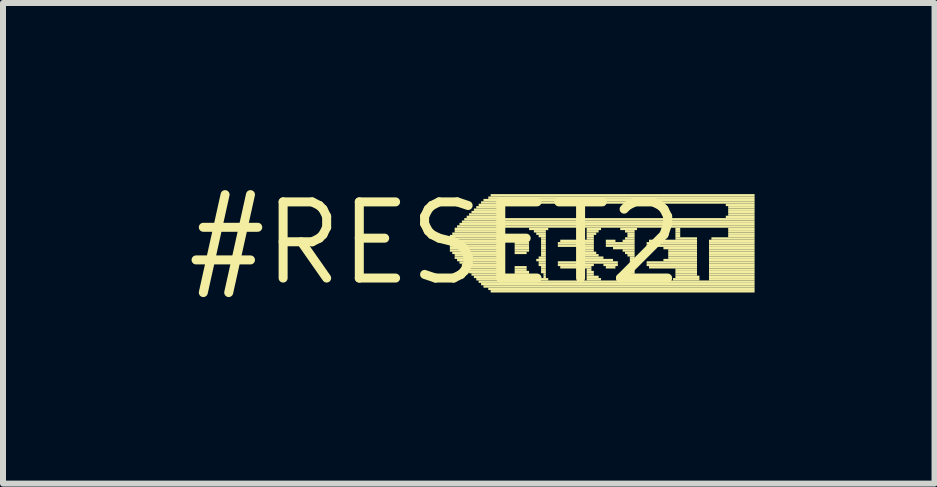
<source format=kicad_pcb>
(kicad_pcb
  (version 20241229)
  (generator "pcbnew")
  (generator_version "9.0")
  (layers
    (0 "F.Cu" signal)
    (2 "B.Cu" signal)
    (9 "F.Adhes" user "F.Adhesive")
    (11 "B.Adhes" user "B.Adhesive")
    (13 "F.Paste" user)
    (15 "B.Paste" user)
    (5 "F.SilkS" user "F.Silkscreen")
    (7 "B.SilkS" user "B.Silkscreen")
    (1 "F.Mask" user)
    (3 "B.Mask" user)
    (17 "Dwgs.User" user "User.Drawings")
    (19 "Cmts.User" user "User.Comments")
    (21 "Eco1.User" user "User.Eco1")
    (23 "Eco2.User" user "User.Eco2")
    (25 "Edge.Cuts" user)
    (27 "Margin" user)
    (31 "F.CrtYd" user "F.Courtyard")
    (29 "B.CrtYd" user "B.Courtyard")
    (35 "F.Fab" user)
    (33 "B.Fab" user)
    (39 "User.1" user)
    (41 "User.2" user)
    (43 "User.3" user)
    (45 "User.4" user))
  (footprint "#RESET2"
    (layer "F.Cu")
    (at 4.21 1.006)
    (property "Reference" "#RESET2" (at 0 0 0) (layer "F.SilkS") (effects (font (size 1.27 1.27) (thickness 0.15))))
    (attr through_hole)
    (fp_poly (pts (xy 0.24 -0.1) (xy 1.12 -0.1) (xy 1.12 -0.14) (xy 0.24 -0.14)) (stroke (width 0) (type solid)) (fill yes) (layer "F.SilkS"))
    (fp_poly (pts (xy 0.24 -0.06) (xy 1.12 -0.06) (xy 1.12 -0.1) (xy 0.24 -0.1)) (stroke (width 0) (type solid)) (fill yes) (layer "F.SilkS"))
    (fp_poly (pts (xy 0.24 -0.02) (xy 1.12 -0.02) (xy 1.12 -0.06) (xy 0.24 -0.06)) (stroke (width 0) (type solid)) (fill yes) (layer "F.SilkS"))
    (fp_poly (pts (xy 0.24 0.02) (xy 1.12 0.02) (xy 1.12 -0.02) (xy 0.24 -0.02)) (stroke (width 0) (type solid)) (fill yes) (layer "F.SilkS"))
    (fp_poly (pts (xy 0.24 0.06) (xy 1.12 0.06) (xy 1.12 0.02) (xy 0.24 0.02)) (stroke (width 0) (type solid)) (fill yes) (layer "F.SilkS"))
    (fp_poly (pts (xy 0.24 0.1) (xy 1.12 0.1) (xy 1.12 0.06) (xy 0.24 0.06)) (stroke (width 0) (type solid)) (fill yes) (layer "F.SilkS"))
    (fp_poly (pts (xy 0.24 0.14) (xy 1.12 0.14) (xy 1.12 0.1) (xy 0.24 0.1)) (stroke (width 0) (type solid)) (fill yes) (layer "F.SilkS"))
    (fp_poly (pts (xy 0.28 -0.14) (xy 1.12 -0.14) (xy 1.12 -0.18) (xy 0.28 -0.18)) (stroke (width 0) (type solid)) (fill yes) (layer "F.SilkS"))
    (fp_poly (pts (xy 0.28 0.18) (xy 1.12 0.18) (xy 1.12 0.14) (xy 0.28 0.14)) (stroke (width 0) (type solid)) (fill yes) (layer "F.SilkS"))
    (fp_poly (pts (xy 0.32 -0.22) (xy 1.12 -0.22) (xy 1.12 -0.26) (xy 0.32 -0.26)) (stroke (width 0) (type solid)) (fill yes) (layer "F.SilkS"))
    (fp_poly (pts (xy 0.32 -0.18) (xy 1.12 -0.18) (xy 1.12 -0.22) (xy 0.32 -0.22)) (stroke (width 0) (type solid)) (fill yes) (layer "F.SilkS"))
    (fp_poly (pts (xy 0.32 0.22) (xy 1.12 0.22) (xy 1.12 0.18) (xy 0.32 0.18)) (stroke (width 0) (type solid)) (fill yes) (layer "F.SilkS"))
    (fp_poly (pts (xy 0.32 0.26) (xy 1.12 0.26) (xy 1.12 0.22) (xy 0.32 0.22)) (stroke (width 0) (type solid)) (fill yes) (layer "F.SilkS"))
    (fp_poly (pts (xy 0.36 -0.26) (xy 5.32 -0.26) (xy 5.32 -0.3) (xy 0.36 -0.3)) (stroke (width 0) (type solid)) (fill yes) (layer "F.SilkS"))
    (fp_poly (pts (xy 0.36 0.3) (xy 1.12 0.3) (xy 1.12 0.26) (xy 0.36 0.26)) (stroke (width 0) (type solid)) (fill yes) (layer "F.SilkS"))
    (fp_poly (pts (xy 0.4 -0.3) (xy 5.32 -0.3) (xy 5.32 -0.34) (xy 0.4 -0.34)) (stroke (width 0) (type solid)) (fill yes) (layer "F.SilkS"))
    (fp_poly (pts (xy 0.4 0.34) (xy 1.12 0.34) (xy 1.12 0.3) (xy 0.4 0.3)) (stroke (width 0) (type solid)) (fill yes) (layer "F.SilkS"))
    (fp_poly (pts (xy 0.44 -0.34) (xy 5.32 -0.34) (xy 5.32 -0.38) (xy 0.44 -0.38)) (stroke (width 0) (type solid)) (fill yes) (layer "F.SilkS"))
    (fp_poly (pts (xy 0.44 0.38) (xy 1.12 0.38) (xy 1.12 0.34) (xy 0.44 0.34)) (stroke (width 0) (type solid)) (fill yes) (layer "F.SilkS"))
    (fp_poly (pts (xy 0.48 -0.38) (xy 5.32 -0.38) (xy 5.32 -0.42) (xy 0.48 -0.42)) (stroke (width 0) (type solid)) (fill yes) (layer "F.SilkS"))
    (fp_poly (pts (xy 0.48 0.42) (xy 1.12 0.42) (xy 1.12 0.38) (xy 0.48 0.38)) (stroke (width 0) (type solid)) (fill yes) (layer "F.SilkS"))
    (fp_poly (pts (xy 0.52 -0.42) (xy 1.08 -0.42) (xy 1.08 -0.46) (xy 0.52 -0.46)) (stroke (width 0) (type solid)) (fill yes) (layer "F.SilkS"))
    (fp_poly (pts (xy 0.52 0.46) (xy 1.12 0.46) (xy 1.12 0.42) (xy 0.52 0.42)) (stroke (width 0) (type solid)) (fill yes) (layer "F.SilkS"))
    (fp_poly (pts (xy 0.56 -0.46) (xy 1.04 -0.46) (xy 1.04 -0.5) (xy 0.56 -0.5)) (stroke (width 0) (type solid)) (fill yes) (layer "F.SilkS"))
    (fp_poly (pts (xy 0.56 0.5) (xy 1.12 0.5) (xy 1.12 0.46) (xy 0.56 0.46)) (stroke (width 0) (type solid)) (fill yes) (layer "F.SilkS"))
    (fp_poly (pts (xy 0.6 -0.5) (xy 1.04 -0.5) (xy 1.04 -0.54) (xy 0.6 -0.54)) (stroke (width 0) (type solid)) (fill yes) (layer "F.SilkS"))
    (fp_poly (pts (xy 0.6 0.54) (xy 1.12 0.54) (xy 1.12 0.5) (xy 0.6 0.5)) (stroke (width 0) (type solid)) (fill yes) (layer "F.SilkS"))
    (fp_poly (pts (xy 0.64 -0.54) (xy 1.04 -0.54) (xy 1.04 -0.58) (xy 0.64 -0.58)) (stroke (width 0) (type solid)) (fill yes) (layer "F.SilkS"))
    (fp_poly (pts (xy 0.64 0.58) (xy 1.12 0.58) (xy 1.12 0.54) (xy 0.64 0.54)) (stroke (width 0) (type solid)) (fill yes) (layer "F.SilkS"))
    (fp_poly (pts (xy 0.68 -0.58) (xy 1.04 -0.58) (xy 1.04 -0.62) (xy 0.68 -0.62)) (stroke (width 0) (type solid)) (fill yes) (layer "F.SilkS"))
    (fp_poly (pts (xy 0.68 0.62) (xy 1.12 0.62) (xy 1.12 0.58) (xy 0.68 0.58)) (stroke (width 0) (type solid)) (fill yes) (layer "F.SilkS"))
    (fp_poly (pts (xy 0.72 -0.62) (xy 1.08 -0.62) (xy 1.08 -0.66) (xy 0.72 -0.66)) (stroke (width 0) (type solid)) (fill yes) (layer "F.SilkS"))
    (fp_poly (pts (xy 0.72 0.66) (xy 5.32 0.66) (xy 5.32 0.62) (xy 0.72 0.62)) (stroke (width 0) (type solid)) (fill yes) (layer "F.SilkS"))
    (fp_poly (pts (xy 0.76 -0.66) (xy 5.32 -0.66) (xy 5.32 -0.7) (xy 0.76 -0.7)) (stroke (width 0) (type solid)) (fill yes) (layer "F.SilkS"))
    (fp_poly (pts (xy 0.76 0.7) (xy 5.32 0.7) (xy 5.32 0.66) (xy 0.76 0.66)) (stroke (width 0) (type solid)) (fill yes) (layer "F.SilkS"))
    (fp_poly (pts (xy 0.8 -0.7) (xy 5.32 -0.7) (xy 5.32 -0.74) (xy 0.8 -0.74)) (stroke (width 0) (type solid)) (fill yes) (layer "F.SilkS"))
    (fp_poly (pts (xy 0.8 0.74) (xy 5.32 0.74) (xy 5.32 0.7) (xy 0.8 0.7)) (stroke (width 0) (type solid)) (fill yes) (layer "F.SilkS"))
    (fp_poly (pts (xy 0.88 -0.74) (xy 5.32 -0.74) (xy 5.32 -0.78) (xy 0.88 -0.78)) (stroke (width 0) (type solid)) (fill yes) (layer "F.SilkS"))
    (fp_poly (pts (xy 0.88 0.78) (xy 5.32 0.78) (xy 5.32 0.74) (xy 0.88 0.74)) (stroke (width 0) (type solid)) (fill yes) (layer "F.SilkS"))
    (fp_poly (pts (xy 0.92 -0.78) (xy 5.32 -0.78) (xy 5.32 -0.82) (xy 0.92 -0.82)) (stroke (width 0) (type solid)) (fill yes) (layer "F.SilkS"))
    (fp_poly (pts (xy 0.92 0.82) (xy 5.32 0.82) (xy 5.32 0.78) (xy 0.92 0.78)) (stroke (width 0) (type solid)) (fill yes) (layer "F.SilkS"))
    (fp_poly (pts (xy 1.28 0.62) (xy 1.6 0.62) (xy 1.6 0.58) (xy 1.28 0.58)) (stroke (width 0) (type solid)) (fill yes) (layer "F.SilkS"))
    (fp_poly (pts (xy 1.32 -0.02) (xy 1.52 -0.02) (xy 1.52 -0.06) (xy 1.32 -0.06)) (stroke (width 0) (type solid)) (fill yes) (layer "F.SilkS"))
    (fp_poly (pts (xy 1.32 0.02) (xy 1.56 0.02) (xy 1.56 -0.02) (xy 1.32 -0.02)) (stroke (width 0) (type solid)) (fill yes) (layer "F.SilkS"))
    (fp_poly (pts (xy 1.32 0.06) (xy 1.56 0.06) (xy 1.56 0.02) (xy 1.32 0.02)) (stroke (width 0) (type solid)) (fill yes) (layer "F.SilkS"))
    (fp_poly (pts (xy 1.32 0.1) (xy 1.56 0.1) (xy 1.56 0.06) (xy 1.32 0.06)) (stroke (width 0) (type solid)) (fill yes) (layer "F.SilkS"))
    (fp_poly (pts (xy 1.32 0.14) (xy 1.56 0.14) (xy 1.56 0.1) (xy 1.32 0.1)) (stroke (width 0) (type solid)) (fill yes) (layer "F.SilkS"))
    (fp_poly (pts (xy 1.32 0.18) (xy 1.52 0.18) (xy 1.52 0.14) (xy 1.32 0.14)) (stroke (width 0) (type solid)) (fill yes) (layer "F.SilkS"))
    (fp_poly (pts (xy 1.32 0.42) (xy 1.52 0.42) (xy 1.52 0.38) (xy 1.32 0.38)) (stroke (width 0) (type solid)) (fill yes) (layer "F.SilkS"))
    (fp_poly (pts (xy 1.32 0.46) (xy 1.52 0.46) (xy 1.52 0.42) (xy 1.32 0.42)) (stroke (width 0) (type solid)) (fill yes) (layer "F.SilkS"))
    (fp_poly (pts (xy 1.32 0.5) (xy 1.56 0.5) (xy 1.56 0.46) (xy 1.32 0.46)) (stroke (width 0) (type solid)) (fill yes) (layer "F.SilkS"))
    (fp_poly (pts (xy 1.32 0.54) (xy 1.56 0.54) (xy 1.56 0.5) (xy 1.32 0.5)) (stroke (width 0) (type solid)) (fill yes) (layer "F.SilkS"))
    (fp_poly (pts (xy 1.32 0.58) (xy 1.6 0.58) (xy 1.6 0.54) (xy 1.32 0.54)) (stroke (width 0) (type solid)) (fill yes) (layer "F.SilkS"))
    (fp_poly (pts (xy 1.56 -0.22) (xy 1.88 -0.22) (xy 1.88 -0.26) (xy 1.56 -0.26)) (stroke (width 0) (type solid)) (fill yes) (layer "F.SilkS"))
    (fp_poly (pts (xy 1.64 -0.18) (xy 1.84 -0.18) (xy 1.84 -0.22) (xy 1.64 -0.22)) (stroke (width 0) (type solid)) (fill yes) (layer "F.SilkS"))
    (fp_poly (pts (xy 1.68 -0.14) (xy 1.84 -0.14) (xy 1.84 -0.18) (xy 1.68 -0.18)) (stroke (width 0) (type solid)) (fill yes) (layer "F.SilkS"))
    (fp_poly (pts (xy 1.68 0.3) (xy 1.84 0.3) (xy 1.84 0.26) (xy 1.68 0.26)) (stroke (width 0) (type solid)) (fill yes) (layer "F.SilkS"))
    (fp_poly (pts (xy 1.72 -0.1) (xy 1.84 -0.1) (xy 1.84 -0.14) (xy 1.72 -0.14)) (stroke (width 0) (type solid)) (fill yes) (layer "F.SilkS"))
    (fp_poly (pts (xy 1.72 0.26) (xy 1.84 0.26) (xy 1.84 0.22) (xy 1.72 0.22)) (stroke (width 0) (type solid)) (fill yes) (layer "F.SilkS"))
    (fp_poly (pts (xy 1.72 0.34) (xy 1.84 0.34) (xy 1.84 0.3) (xy 1.72 0.3)) (stroke (width 0) (type solid)) (fill yes) (layer "F.SilkS"))
    (fp_poly (pts (xy 1.72 0.38) (xy 1.84 0.38) (xy 1.84 0.34) (xy 1.72 0.34)) (stroke (width 0) (type solid)) (fill yes) (layer "F.SilkS"))
    (fp_poly (pts (xy 1.72 0.62) (xy 1.88 0.62) (xy 1.88 0.58) (xy 1.72 0.58)) (stroke (width 0) (type solid)) (fill yes) (layer "F.SilkS"))
    (fp_poly (pts (xy 1.76 -0.06) (xy 1.84 -0.06) (xy 1.84 -0.1) (xy 1.76 -0.1)) (stroke (width 0) (type solid)) (fill yes) (layer "F.SilkS"))
    (fp_poly (pts (xy 1.76 -0.02) (xy 1.84 -0.02) (xy 1.84 -0.06) (xy 1.76 -0.06)) (stroke (width 0) (type solid)) (fill yes) (layer "F.SilkS"))
    (fp_poly (pts (xy 1.76 0.02) (xy 1.84 0.02) (xy 1.84 -0.02) (xy 1.76 -0.02)) (stroke (width 0) (type solid)) (fill yes) (layer "F.SilkS"))
    (fp_poly (pts (xy 1.76 0.06) (xy 1.84 0.06) (xy 1.84 0.02) (xy 1.76 0.02)) (stroke (width 0) (type solid)) (fill yes) (layer "F.SilkS"))
    (fp_poly (pts (xy 1.76 0.1) (xy 1.84 0.1) (xy 1.84 0.06) (xy 1.76 0.06)) (stroke (width 0) (type solid)) (fill yes) (layer "F.SilkS"))
    (fp_poly (pts (xy 1.76 0.14) (xy 1.84 0.14) (xy 1.84 0.1) (xy 1.76 0.1)) (stroke (width 0) (type solid)) (fill yes) (layer "F.SilkS"))
    (fp_poly (pts (xy 1.76 0.18) (xy 1.84 0.18) (xy 1.84 0.14) (xy 1.76 0.14)) (stroke (width 0) (type solid)) (fill yes) (layer "F.SilkS"))
    (fp_poly (pts (xy 1.76 0.22) (xy 1.84 0.22) (xy 1.84 0.18) (xy 1.76 0.18)) (stroke (width 0) (type solid)) (fill yes) (layer "F.SilkS"))
    (fp_poly (pts (xy 1.76 0.42) (xy 1.84 0.42) (xy 1.84 0.38) (xy 1.76 0.38)) (stroke (width 0) (type solid)) (fill yes) (layer "F.SilkS"))
    (fp_poly (pts (xy 1.76 0.46) (xy 1.84 0.46) (xy 1.84 0.42) (xy 1.76 0.42)) (stroke (width 0) (type solid)) (fill yes) (layer "F.SilkS"))
    (fp_poly (pts (xy 1.76 0.5) (xy 1.84 0.5) (xy 1.84 0.46) (xy 1.76 0.46)) (stroke (width 0) (type solid)) (fill yes) (layer "F.SilkS"))
    (fp_poly (pts (xy 1.8 0.54) (xy 1.84 0.54) (xy 1.84 0.5) (xy 1.8 0.5)) (stroke (width 0) (type solid)) (fill yes) (layer "F.SilkS"))
    (fp_poly (pts (xy 1.8 0.58) (xy 1.84 0.58) (xy 1.84 0.54) (xy 1.8 0.54)) (stroke (width 0) (type solid)) (fill yes) (layer "F.SilkS"))
    (fp_poly (pts (xy 2.04 0.02) (xy 2.64 0.02) (xy 2.64 -0.02) (xy 2.04 -0.02)) (stroke (width 0) (type solid)) (fill yes) (layer "F.SilkS"))
    (fp_poly (pts (xy 2.04 0.06) (xy 2.64 0.06) (xy 2.64 0.02) (xy 2.04 0.02)) (stroke (width 0) (type solid)) (fill yes) (layer "F.SilkS"))
    (fp_poly (pts (xy 2.04 0.34) (xy 3.04 0.34) (xy 3.04 0.3) (xy 2.04 0.3)) (stroke (width 0) (type solid)) (fill yes) (layer "F.SilkS"))
    (fp_poly (pts (xy 2.04 0.38) (xy 2.64 0.38) (xy 2.64 0.34) (xy 2.04 0.34)) (stroke (width 0) (type solid)) (fill yes) (layer "F.SilkS"))
    (fp_poly (pts (xy 2.08 -0.02) (xy 2.64 -0.02) (xy 2.64 -0.06) (xy 2.08 -0.06)) (stroke (width 0) (type solid)) (fill yes) (layer "F.SilkS"))
    (fp_poly (pts (xy 2.08 0.42) (xy 2.6 0.42) (xy 2.6 0.38) (xy 2.08 0.38)) (stroke (width 0) (type solid)) (fill yes) (layer "F.SilkS"))
    (fp_poly (pts (xy 2.36 0.1) (xy 2.64 0.1) (xy 2.64 0.06) (xy 2.36 0.06)) (stroke (width 0) (type solid)) (fill yes) (layer "F.SilkS"))
    (fp_poly (pts (xy 2.36 0.3) (xy 2.96 0.3) (xy 2.96 0.26) (xy 2.36 0.26)) (stroke (width 0) (type solid)) (fill yes) (layer "F.SilkS"))
    (fp_poly (pts (xy 2.4 0.14) (xy 2.64 0.14) (xy 2.64 0.1) (xy 2.4 0.1)) (stroke (width 0) (type solid)) (fill yes) (layer "F.SilkS"))
    (fp_poly (pts (xy 2.4 0.18) (xy 2.68 0.18) (xy 2.68 0.14) (xy 2.4 0.14)) (stroke (width 0) (type solid)) (fill yes) (layer "F.SilkS"))
    (fp_poly (pts (xy 2.4 0.22) (xy 2.72 0.22) (xy 2.72 0.18) (xy 2.4 0.18)) (stroke (width 0) (type solid)) (fill yes) (layer "F.SilkS"))
    (fp_poly (pts (xy 2.4 0.26) (xy 2.8 0.26) (xy 2.8 0.22) (xy 2.4 0.22)) (stroke (width 0) (type solid)) (fill yes) (layer "F.SilkS"))
    (fp_poly (pts (xy 2.52 -0.22) (xy 2.76 -0.22) (xy 2.76 -0.26) (xy 2.52 -0.26)) (stroke (width 0) (type solid)) (fill yes) (layer "F.SilkS"))
    (fp_poly (pts (xy 2.52 -0.18) (xy 2.72 -0.18) (xy 2.72 -0.22) (xy 2.52 -0.22)) (stroke (width 0) (type solid)) (fill yes) (layer "F.SilkS"))
    (fp_poly (pts (xy 2.52 -0.14) (xy 2.68 -0.14) (xy 2.68 -0.18) (xy 2.52 -0.18)) (stroke (width 0) (type solid)) (fill yes) (layer "F.SilkS"))
    (fp_poly (pts (xy 2.52 -0.1) (xy 2.64 -0.1) (xy 2.64 -0.14) (xy 2.52 -0.14)) (stroke (width 0) (type solid)) (fill yes) (layer "F.SilkS"))
    (fp_poly (pts (xy 2.52 -0.06) (xy 2.64 -0.06) (xy 2.64 -0.1) (xy 2.52 -0.1)) (stroke (width 0) (type solid)) (fill yes) (layer "F.SilkS"))
    (fp_poly (pts (xy 2.52 0.46) (xy 2.6 0.46) (xy 2.6 0.42) (xy 2.52 0.42)) (stroke (width 0) (type solid)) (fill yes) (layer "F.SilkS"))
    (fp_poly (pts (xy 2.52 0.5) (xy 2.64 0.5) (xy 2.64 0.46) (xy 2.52 0.46)) (stroke (width 0) (type solid)) (fill yes) (layer "F.SilkS"))
    (fp_poly (pts (xy 2.52 0.54) (xy 2.64 0.54) (xy 2.64 0.5) (xy 2.52 0.5)) (stroke (width 0) (type solid)) (fill yes) (layer "F.SilkS"))
    (fp_poly (pts (xy 2.52 0.58) (xy 2.72 0.58) (xy 2.72 0.54) (xy 2.52 0.54)) (stroke (width 0) (type solid)) (fill yes) (layer "F.SilkS"))
    (fp_poly (pts (xy 2.52 0.62) (xy 2.76 0.62) (xy 2.76 0.58) (xy 2.52 0.58)) (stroke (width 0) (type solid)) (fill yes) (layer "F.SilkS"))
    (fp_poly (pts (xy 2.8 0.38) (xy 3.04 0.38) (xy 3.04 0.34) (xy 2.8 0.34)) (stroke (width 0) (type solid)) (fill yes) (layer "F.SilkS"))
    (fp_poly (pts (xy 2.84 -0.02) (xy 3 -0.02) (xy 3 -0.06) (xy 2.84 -0.06)) (stroke (width 0) (type solid)) (fill yes) (layer "F.SilkS"))
    (fp_poly (pts (xy 2.84 0.02) (xy 3.32 0.02) (xy 3.32 -0.02) (xy 2.84 -0.02)) (stroke (width 0) (type solid)) (fill yes) (layer "F.SilkS"))
    (fp_poly (pts (xy 2.84 0.06) (xy 3.32 0.06) (xy 3.32 0.02) (xy 2.84 0.02)) (stroke (width 0) (type solid)) (fill yes) (layer "F.SilkS"))
    (fp_poly (pts (xy 2.84 0.42) (xy 3 0.42) (xy 3 0.38) (xy 2.84 0.38)) (stroke (width 0) (type solid)) (fill yes) (layer "F.SilkS"))
    (fp_poly (pts (xy 2.96 0.1) (xy 3.32 0.1) (xy 3.32 0.06) (xy 2.96 0.06)) (stroke (width 0) (type solid)) (fill yes) (layer "F.SilkS"))
    (fp_poly (pts (xy 3.08 -0.22) (xy 3.36 -0.22) (xy 3.36 -0.26) (xy 3.08 -0.26)) (stroke (width 0) (type solid)) (fill yes) (layer "F.SilkS"))
    (fp_poly (pts (xy 3.08 0.62) (xy 3.36 0.62) (xy 3.36 0.58) (xy 3.08 0.58)) (stroke (width 0) (type solid)) (fill yes) (layer "F.SilkS"))
    (fp_poly (pts (xy 3.12 -0.02) (xy 3.32 -0.02) (xy 3.32 -0.06) (xy 3.12 -0.06)) (stroke (width 0) (type solid)) (fill yes) (layer "F.SilkS"))
    (fp_poly (pts (xy 3.12 0.14) (xy 3.32 0.14) (xy 3.32 0.1) (xy 3.12 0.1)) (stroke (width 0) (type solid)) (fill yes) (layer "F.SilkS"))
    (fp_poly (pts (xy 3.12 0.58) (xy 3.32 0.58) (xy 3.32 0.54) (xy 3.12 0.54)) (stroke (width 0) (type solid)) (fill yes) (layer "F.SilkS"))
    (fp_poly (pts (xy 3.16 -0.18) (xy 3.32 -0.18) (xy 3.32 -0.22) (xy 3.16 -0.22)) (stroke (width 0) (type solid)) (fill yes) (layer "F.SilkS"))
    (fp_poly (pts (xy 3.16 -0.06) (xy 3.32 -0.06) (xy 3.32 -0.1) (xy 3.16 -0.1)) (stroke (width 0) (type solid)) (fill yes) (layer "F.SilkS"))
    (fp_poly (pts (xy 3.16 0.18) (xy 3.32 0.18) (xy 3.32 0.14) (xy 3.16 0.14)) (stroke (width 0) (type solid)) (fill yes) (layer "F.SilkS"))
    (fp_poly (pts (xy 3.2 -0.14) (xy 3.32 -0.14) (xy 3.32 -0.18) (xy 3.2 -0.18)) (stroke (width 0) (type solid)) (fill yes) (layer "F.SilkS"))
    (fp_poly (pts (xy 3.2 -0.1) (xy 3.32 -0.1) (xy 3.32 -0.14) (xy 3.2 -0.14)) (stroke (width 0) (type solid)) (fill yes) (layer "F.SilkS"))
    (fp_poly (pts (xy 3.2 0.22) (xy 3.32 0.22) (xy 3.32 0.18) (xy 3.2 0.18)) (stroke (width 0) (type solid)) (fill yes) (layer "F.SilkS"))
    (fp_poly (pts (xy 3.2 0.5) (xy 3.32 0.5) (xy 3.32 0.46) (xy 3.2 0.46)) (stroke (width 0) (type solid)) (fill yes) (layer "F.SilkS"))
    (fp_poly (pts (xy 3.2 0.54) (xy 3.32 0.54) (xy 3.32 0.5) (xy 3.2 0.5)) (stroke (width 0) (type solid)) (fill yes) (layer "F.SilkS"))
    (fp_poly (pts (xy 3.24 0.26) (xy 3.32 0.26) (xy 3.32 0.22) (xy 3.24 0.22)) (stroke (width 0) (type solid)) (fill yes) (layer "F.SilkS"))
    (fp_poly (pts (xy 3.24 0.3) (xy 3.32 0.3) (xy 3.32 0.26) (xy 3.24 0.26)) (stroke (width 0) (type solid)) (fill yes) (layer "F.SilkS"))
    (fp_poly (pts (xy 3.24 0.34) (xy 3.32 0.34) (xy 3.32 0.3) (xy 3.24 0.3)) (stroke (width 0) (type solid)) (fill yes) (layer "F.SilkS"))
    (fp_poly (pts (xy 3.24 0.38) (xy 3.32 0.38) (xy 3.32 0.34) (xy 3.24 0.34)) (stroke (width 0) (type solid)) (fill yes) (layer "F.SilkS"))
    (fp_poly (pts (xy 3.24 0.42) (xy 3.32 0.42) (xy 3.32 0.38) (xy 3.24 0.38)) (stroke (width 0) (type solid)) (fill yes) (layer "F.SilkS"))
    (fp_poly (pts (xy 3.24 0.46) (xy 3.32 0.46) (xy 3.32 0.42) (xy 3.24 0.42)) (stroke (width 0) (type solid)) (fill yes) (layer "F.SilkS"))
    (fp_poly (pts (xy 3.52 0.02) (xy 4.36 0.02) (xy 4.36 -0.02) (xy 3.52 -0.02)) (stroke (width 0) (type solid)) (fill yes) (layer "F.SilkS"))
    (fp_poly (pts (xy 3.52 0.06) (xy 4.36 0.06) (xy 4.36 0.02) (xy 3.52 0.02)) (stroke (width 0) (type solid)) (fill yes) (layer "F.SilkS"))
    (fp_poly (pts (xy 3.52 0.34) (xy 4.36 0.34) (xy 4.36 0.3) (xy 3.52 0.3)) (stroke (width 0) (type solid)) (fill yes) (layer "F.SilkS"))
    (fp_poly (pts (xy 3.52 0.38) (xy 4.36 0.38) (xy 4.36 0.34) (xy 3.52 0.34)) (stroke (width 0) (type solid)) (fill yes) (layer "F.SilkS"))
    (fp_poly (pts (xy 3.56 -0.02) (xy 4.36 -0.02) (xy 4.36 -0.06) (xy 3.56 -0.06)) (stroke (width 0) (type solid)) (fill yes) (layer "F.SilkS"))
    (fp_poly (pts (xy 3.56 0.42) (xy 4.36 0.42) (xy 4.36 0.38) (xy 3.56 0.38)) (stroke (width 0) (type solid)) (fill yes) (layer "F.SilkS"))
    (fp_poly (pts (xy 3.8 0.1) (xy 4.36 0.1) (xy 4.36 0.06) (xy 3.8 0.06)) (stroke (width 0) (type solid)) (fill yes) (layer "F.SilkS"))
    (fp_poly (pts (xy 3.8 0.3) (xy 4.36 0.3) (xy 4.36 0.26) (xy 3.8 0.26)) (stroke (width 0) (type solid)) (fill yes) (layer "F.SilkS"))
    (fp_poly (pts (xy 3.88 0.14) (xy 4.36 0.14) (xy 4.36 0.1) (xy 3.88 0.1)) (stroke (width 0) (type solid)) (fill yes) (layer "F.SilkS"))
    (fp_poly (pts (xy 3.88 0.18) (xy 4.36 0.18) (xy 4.36 0.14) (xy 3.88 0.14)) (stroke (width 0) (type solid)) (fill yes) (layer "F.SilkS"))
    (fp_poly (pts (xy 3.88 0.22) (xy 4.36 0.22) (xy 4.36 0.18) (xy 3.88 0.18)) (stroke (width 0) (type solid)) (fill yes) (layer "F.SilkS"))
    (fp_poly (pts (xy 3.88 0.26) (xy 4.36 0.26) (xy 4.36 0.22) (xy 3.88 0.22)) (stroke (width 0) (type solid)) (fill yes) (layer "F.SilkS"))
    (fp_poly (pts (xy 3.96 0.62) (xy 4.4 0.62) (xy 4.4 0.58) (xy 3.96 0.58)) (stroke (width 0) (type solid)) (fill yes) (layer "F.SilkS"))
    (fp_poly (pts (xy 4 -0.22) (xy 4.08 -0.22) (xy 4.08 -0.26) (xy 4 -0.26)) (stroke (width 0) (type solid)) (fill yes) (layer "F.SilkS"))
    (fp_poly (pts (xy 4 -0.18) (xy 4.08 -0.18) (xy 4.08 -0.22) (xy 4 -0.22)) (stroke (width 0) (type solid)) (fill yes) (layer "F.SilkS"))
    (fp_poly (pts (xy 4 -0.14) (xy 4.08 -0.14) (xy 4.08 -0.18) (xy 4 -0.18)) (stroke (width 0) (type solid)) (fill yes) (layer "F.SilkS"))
    (fp_poly (pts (xy 4 -0.1) (xy 4.08 -0.1) (xy 4.08 -0.14) (xy 4 -0.14)) (stroke (width 0) (type solid)) (fill yes) (layer "F.SilkS"))
    (fp_poly (pts (xy 4 -0.06) (xy 4.36 -0.06) (xy 4.36 -0.1) (xy 4 -0.1)) (stroke (width 0) (type solid)) (fill yes) (layer "F.SilkS"))
    (fp_poly (pts (xy 4 0.46) (xy 4.36 0.46) (xy 4.36 0.42) (xy 4 0.42)) (stroke (width 0) (type solid)) (fill yes) (layer "F.SilkS"))
    (fp_poly (pts (xy 4 0.5) (xy 4.36 0.5) (xy 4.36 0.46) (xy 4 0.46)) (stroke (width 0) (type solid)) (fill yes) (layer "F.SilkS"))
    (fp_poly (pts (xy 4 0.54) (xy 4.36 0.54) (xy 4.36 0.5) (xy 4 0.5)) (stroke (width 0) (type solid)) (fill yes) (layer "F.SilkS"))
    (fp_poly (pts (xy 4 0.58) (xy 4.4 0.58) (xy 4.4 0.54) (xy 4 0.54)) (stroke (width 0) (type solid)) (fill yes) (layer "F.SilkS"))
    (fp_poly (pts (xy 4.56 -0.02) (xy 5.32 -0.02) (xy 5.32 -0.06) (xy 4.56 -0.06)) (stroke (width 0) (type solid)) (fill yes) (layer "F.SilkS"))
    (fp_poly (pts (xy 4.56 0.02) (xy 5.32 0.02) (xy 5.32 -0.02) (xy 4.56 -0.02)) (stroke (width 0) (type solid)) (fill yes) (layer "F.SilkS"))
    (fp_poly (pts (xy 4.56 0.06) (xy 5.32 0.06) (xy 5.32 0.02) (xy 4.56 0.02)) (stroke (width 0) (type solid)) (fill yes) (layer "F.SilkS"))
    (fp_poly (pts (xy 4.56 0.1) (xy 5.32 0.1) (xy 5.32 0.06) (xy 4.56 0.06)) (stroke (width 0) (type solid)) (fill yes) (layer "F.SilkS"))
    (fp_poly (pts (xy 4.56 0.14) (xy 5.32 0.14) (xy 5.32 0.1) (xy 4.56 0.1)) (stroke (width 0) (type solid)) (fill yes) (layer "F.SilkS"))
    (fp_poly (pts (xy 4.56 0.18) (xy 5.32 0.18) (xy 5.32 0.14) (xy 4.56 0.14)) (stroke (width 0) (type solid)) (fill yes) (layer "F.SilkS"))
    (fp_poly (pts (xy 4.56 0.22) (xy 5.32 0.22) (xy 5.32 0.18) (xy 4.56 0.18)) (stroke (width 0) (type solid)) (fill yes) (layer "F.SilkS"))
    (fp_poly (pts (xy 4.56 0.26) (xy 5.32 0.26) (xy 5.32 0.22) (xy 4.56 0.22)) (stroke (width 0) (type solid)) (fill yes) (layer "F.SilkS"))
    (fp_poly (pts (xy 4.56 0.3) (xy 5.32 0.3) (xy 5.32 0.26) (xy 4.56 0.26)) (stroke (width 0) (type solid)) (fill yes) (layer "F.SilkS"))
    (fp_poly (pts (xy 4.56 0.34) (xy 5.32 0.34) (xy 5.32 0.3) (xy 4.56 0.3)) (stroke (width 0) (type solid)) (fill yes) (layer "F.SilkS"))
    (fp_poly (pts (xy 4.56 0.38) (xy 5.32 0.38) (xy 5.32 0.34) (xy 4.56 0.34)) (stroke (width 0) (type solid)) (fill yes) (layer "F.SilkS"))
    (fp_poly (pts (xy 4.56 0.42) (xy 5.32 0.42) (xy 5.32 0.38) (xy 4.56 0.38)) (stroke (width 0) (type solid)) (fill yes) (layer "F.SilkS"))
    (fp_poly (pts (xy 4.56 0.46) (xy 5.32 0.46) (xy 5.32 0.42) (xy 4.56 0.42)) (stroke (width 0) (type solid)) (fill yes) (layer "F.SilkS"))
    (fp_poly (pts (xy 4.56 0.5) (xy 5.32 0.5) (xy 5.32 0.46) (xy 4.56 0.46)) (stroke (width 0) (type solid)) (fill yes) (layer "F.SilkS"))
    (fp_poly (pts (xy 4.56 0.54) (xy 5.32 0.54) (xy 5.32 0.5) (xy 4.56 0.5)) (stroke (width 0) (type solid)) (fill yes) (layer "F.SilkS"))
    (fp_poly (pts (xy 4.56 0.58) (xy 5.32 0.58) (xy 5.32 0.54) (xy 4.56 0.54)) (stroke (width 0) (type solid)) (fill yes) (layer "F.SilkS"))
    (fp_poly (pts (xy 4.56 0.62) (xy 5.32 0.62) (xy 5.32 0.58) (xy 4.56 0.58)) (stroke (width 0) (type solid)) (fill yes) (layer "F.SilkS"))
    (fp_poly (pts (xy 4.6 -0.06) (xy 5.32 -0.06) (xy 5.32 -0.1) (xy 4.6 -0.1)) (stroke (width 0) (type solid)) (fill yes) (layer "F.SilkS"))
    (fp_poly (pts (xy 4.84 -0.62) (xy 5.32 -0.62) (xy 5.32 -0.66) (xy 4.84 -0.66)) (stroke (width 0) (type solid)) (fill yes) (layer "F.SilkS"))
    (fp_poly (pts (xy 4.84 -0.42) (xy 5.32 -0.42) (xy 5.32 -0.46) (xy 4.84 -0.46)) (stroke (width 0) (type solid)) (fill yes) (layer "F.SilkS"))
    (fp_poly (pts (xy 4.88 -0.58) (xy 5.32 -0.58) (xy 5.32 -0.62) (xy 4.88 -0.62)) (stroke (width 0) (type solid)) (fill yes) (layer "F.SilkS"))
    (fp_poly (pts (xy 4.88 -0.54) (xy 5.32 -0.54) (xy 5.32 -0.58) (xy 4.88 -0.58)) (stroke (width 0) (type solid)) (fill yes) (layer "F.SilkS"))
    (fp_poly (pts (xy 4.88 -0.5) (xy 5.32 -0.5) (xy 5.32 -0.54) (xy 4.88 -0.54)) (stroke (width 0) (type solid)) (fill yes) (layer "F.SilkS"))
    (fp_poly (pts (xy 4.88 -0.46) (xy 5.32 -0.46) (xy 5.32 -0.5) (xy 4.88 -0.5)) (stroke (width 0) (type solid)) (fill yes) (layer "F.SilkS"))
    (fp_poly (pts (xy 4.88 -0.22) (xy 5.32 -0.22) (xy 5.32 -0.26) (xy 4.88 -0.26)) (stroke (width 0) (type solid)) (fill yes) (layer "F.SilkS"))
    (fp_poly (pts (xy 4.88 -0.18) (xy 5.32 -0.18) (xy 5.32 -0.22) (xy 4.88 -0.22)) (stroke (width 0) (type solid)) (fill yes) (layer "F.SilkS"))
    (fp_poly (pts (xy 4.88 -0.14) (xy 5.32 -0.14) (xy 5.32 -0.18) (xy 4.88 -0.18)) (stroke (width 0) (type solid)) (fill yes) (layer "F.SilkS"))
    (fp_poly (pts (xy 4.88 -0.1) (xy 5.32 -0.1) (xy 5.32 -0.14) (xy 4.88 -0.14)) (stroke (width 0) (type solid)) (fill yes) (layer "F.SilkS")))
  (gr_rect
    (start -3 -3)
    (end 12.53 5.012)
    (stroke (width 0.1) (type default))
    (fill no)
    (layer "Edge.Cuts")))
</source>
